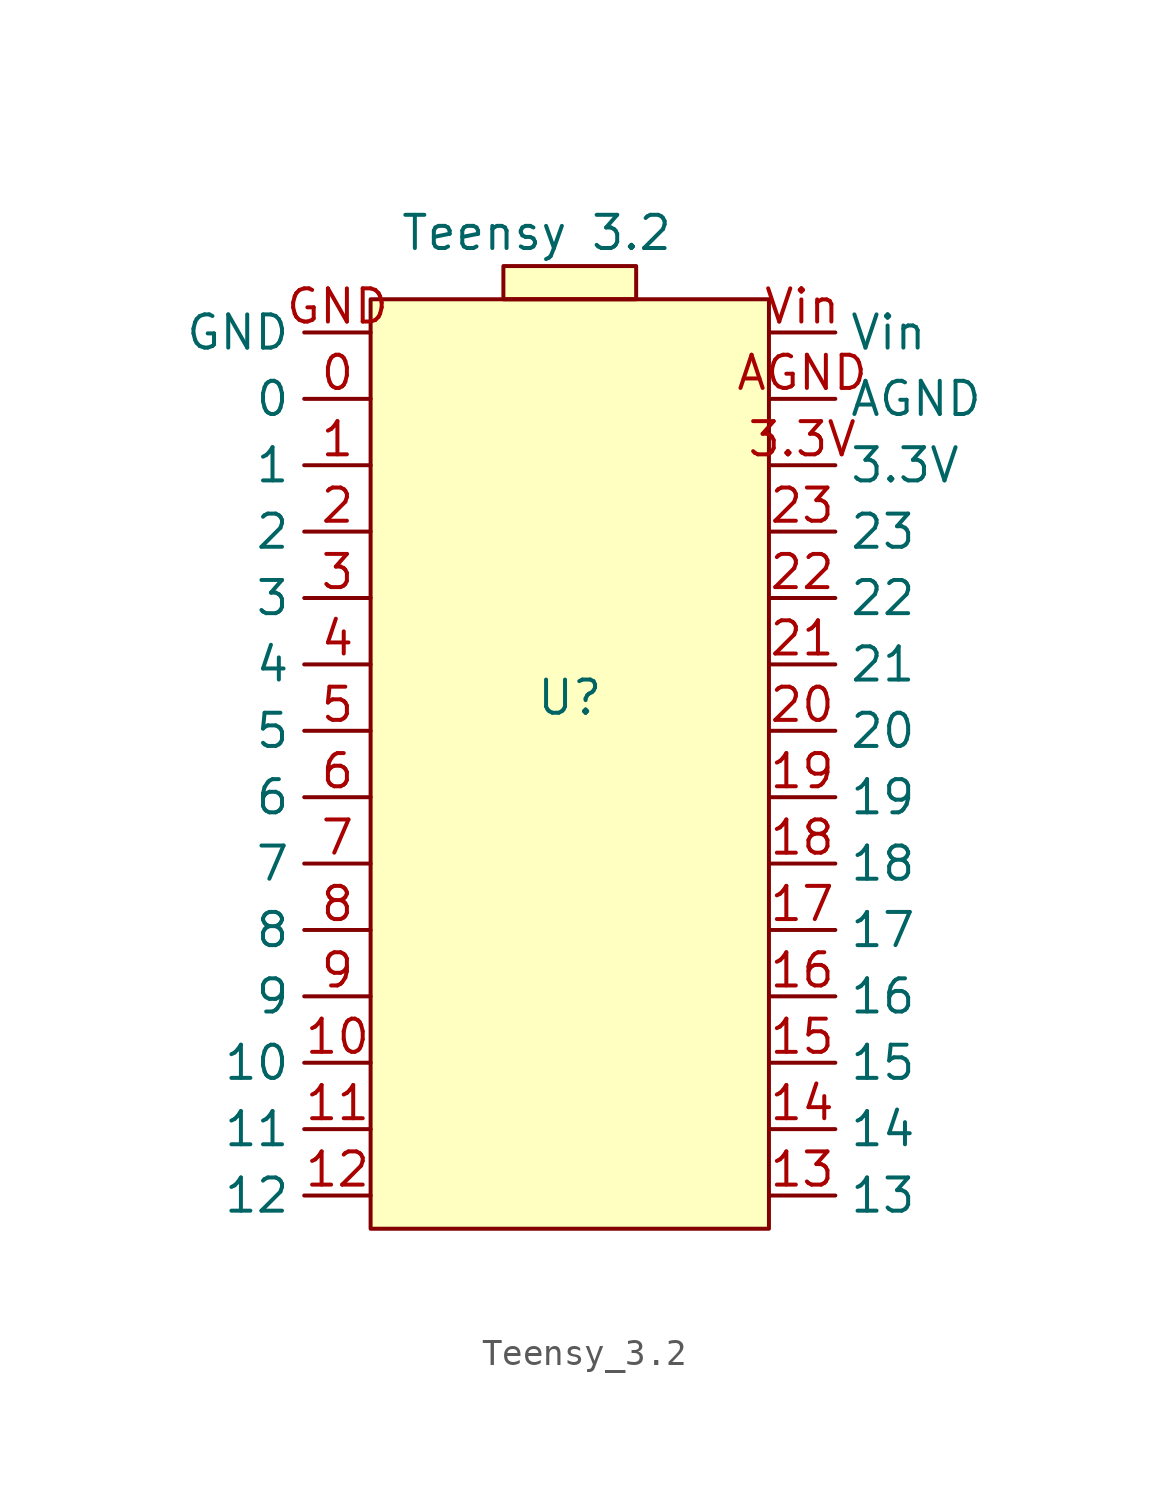
<source format=kicad_sym>
(kicad_symbol_lib
  (version 20220914)
  (generator kicad_symbol_editor)
  (symbol "Teensy_3.2"
    (property "Reference" "U"
      (at 0 -7.62 0)
      (effects (font (size 1.27 1.27))))
    (property "Value" "Teensy 3.2"
      (at -1.27 10.16 0)
      (effects (font (size 1.27 1.27))))
    (symbol "Teensy_3.2_1_1"
      (rectangle (start -7.62 7.62) (end 7.62 -27.94) (stroke (width 0) (type default)) (fill (type background)))
      (rectangle (start -2.54 8.89) (end 2.54 7.62) (stroke (width 0) (type default)) (fill (type background)))
      (pin bidirectional line (at -7.62 3.81 180) (length 2.54) (name "0" (effects (font (size 1.27 1.27)))) (number "0" (effects (font (size 1.27 1.27)))))
      (pin bidirectional line (at -7.62 1.27 180) (length 2.54) (name "1" (effects (font (size 1.27 1.27)))) (number "1" (effects (font (size 1.27 1.27)))))
      (pin bidirectional line (at -7.62 -21.59 180) (length 2.54) (name "10" (effects (font (size 1.27 1.27)))) (number "10" (effects (font (size 1.27 1.27)))))
      (pin bidirectional line (at -7.62 -24.13 180) (length 2.54) (name "11" (effects (font (size 1.27 1.27)))) (number "11" (effects (font (size 1.27 1.27)))))
      (pin bidirectional line (at -7.62 -26.67 180) (length 2.54) (name "12" (effects (font (size 1.27 1.27)))) (number "12" (effects (font (size 1.27 1.27)))))
      (pin bidirectional line (at 7.62 -26.67 0) (length 2.54) (name "13" (effects (font (size 1.27 1.27)))) (number "13" (effects (font (size 1.27 1.27)))))
      (pin bidirectional line (at 7.62 -24.13 0) (length 2.54) (name "14" (effects (font (size 1.27 1.27)))) (number "14" (effects (font (size 1.27 1.27)))))
      (pin bidirectional line (at 7.62 -21.59 0) (length 2.54) (name "15" (effects (font (size 1.27 1.27)))) (number "15" (effects (font (size 1.27 1.27)))))
      (pin bidirectional line (at 7.62 -19.05 0) (length 2.54) (name "16" (effects (font (size 1.27 1.27)))) (number "16" (effects (font (size 1.27 1.27)))))
      (pin bidirectional line (at 7.62 -16.51 0) (length 2.54) (name "17" (effects (font (size 1.27 1.27)))) (number "17" (effects (font (size 1.27 1.27)))))
      (pin bidirectional line (at 7.62 -13.97 0) (length 2.54) (name "18" (effects (font (size 1.27 1.27)))) (number "18" (effects (font (size 1.27 1.27)))))
      (pin bidirectional line (at 7.62 -11.43 0) (length 2.54) (name "19" (effects (font (size 1.27 1.27)))) (number "19" (effects (font (size 1.27 1.27)))))
      (pin bidirectional line (at -7.62 -1.27 180) (length 2.54) (name "2" (effects (font (size 1.27 1.27)))) (number "2" (effects (font (size 1.27 1.27)))))
      (pin bidirectional line (at 7.62 -8.89 0) (length 2.54) (name "20" (effects (font (size 1.27 1.27)))) (number "20" (effects (font (size 1.27 1.27)))))
      (pin bidirectional line (at 7.62 -6.35 0) (length 2.54) (name "21" (effects (font (size 1.27 1.27)))) (number "21" (effects (font (size 1.27 1.27)))))
      (pin bidirectional line (at 7.62 -3.81 0) (length 2.54) (name "22" (effects (font (size 1.27 1.27)))) (number "22" (effects (font (size 1.27 1.27)))))
      (pin bidirectional line (at 7.62 -1.27 0) (length 2.54) (name "23" (effects (font (size 1.27 1.27)))) (number "23" (effects (font (size 1.27 1.27)))))
      (pin bidirectional line (at -7.62 -3.81 180) (length 2.54) (name "3" (effects (font (size 1.27 1.27)))) (number "3" (effects (font (size 1.27 1.27)))))
      (pin bidirectional line (at 7.62 1.27 0) (length 2.54) (name "3.3V" (effects (font (size 1.27 1.27)))) (number "3.3V" (effects (font (size 1.27 1.27)))))
      (pin bidirectional line (at -7.62 -6.35 180) (length 2.54) (name "4" (effects (font (size 1.27 1.27)))) (number "4" (effects (font (size 1.27 1.27)))))
      (pin bidirectional line (at -7.62 -8.89 180) (length 2.54) (name "5" (effects (font (size 1.27 1.27)))) (number "5" (effects (font (size 1.27 1.27)))))
      (pin bidirectional line (at -7.62 -11.43 180) (length 2.54) (name "6" (effects (font (size 1.27 1.27)))) (number "6" (effects (font (size 1.27 1.27)))))
      (pin bidirectional line (at -7.62 -13.97 180) (length 2.54) (name "7" (effects (font (size 1.27 1.27)))) (number "7" (effects (font (size 1.27 1.27)))))
      (pin bidirectional line (at -7.62 -16.51 180) (length 2.54) (name "8" (effects (font (size 1.27 1.27)))) (number "8" (effects (font (size 1.27 1.27)))))
      (pin bidirectional line (at -7.62 -19.05 180) (length 2.54) (name "9" (effects (font (size 1.27 1.27)))) (number "9" (effects (font (size 1.27 1.27)))))
      (pin bidirectional line (at 7.62 3.81 0) (length 2.54) (name "AGND" (effects (font (size 1.27 1.27)))) (number "AGND" (effects (font (size 1.27 1.27)))))
      (pin power_in line (at -7.62 6.35 180) (length 2.54) (name "GND" (effects (font (size 1.27 1.27)))) (number "GND" (effects (font (size 1.27 1.27)))))
      (pin power_in line (at 7.62 6.35 0) (length 2.54) (name "Vin" (effects (font (size 1.27 1.27)))) (number "Vin" (effects (font (size 1.27 1.27))))))))
</source>
